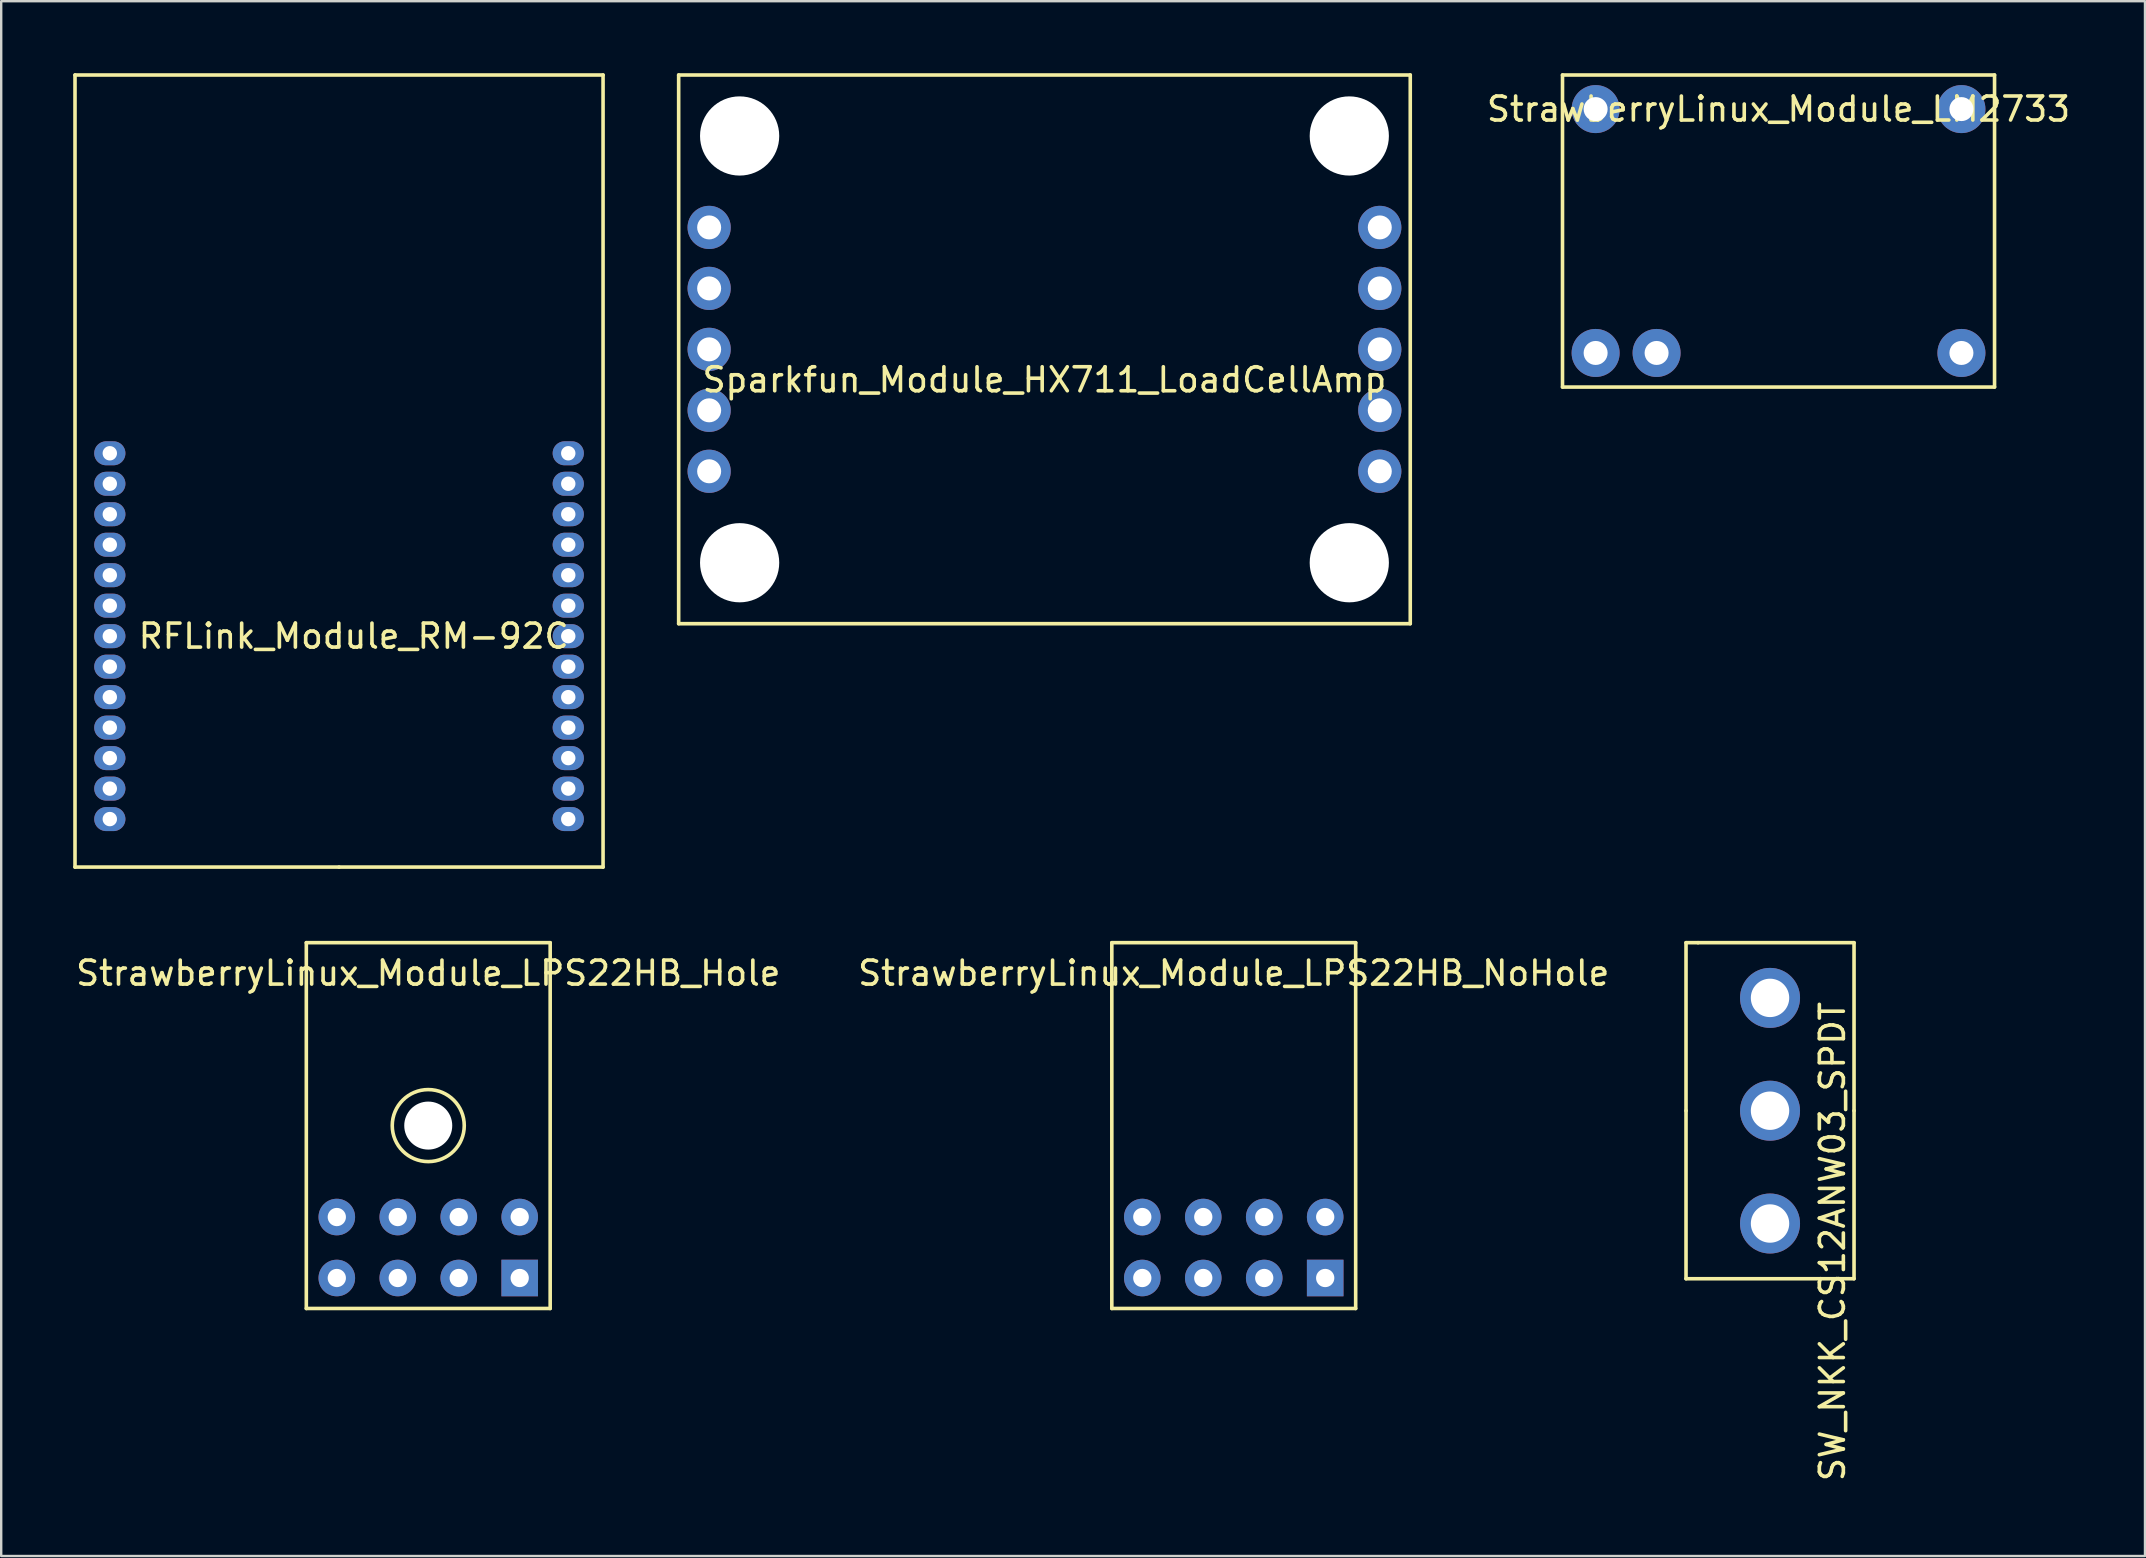
<source format=kicad_pcb>
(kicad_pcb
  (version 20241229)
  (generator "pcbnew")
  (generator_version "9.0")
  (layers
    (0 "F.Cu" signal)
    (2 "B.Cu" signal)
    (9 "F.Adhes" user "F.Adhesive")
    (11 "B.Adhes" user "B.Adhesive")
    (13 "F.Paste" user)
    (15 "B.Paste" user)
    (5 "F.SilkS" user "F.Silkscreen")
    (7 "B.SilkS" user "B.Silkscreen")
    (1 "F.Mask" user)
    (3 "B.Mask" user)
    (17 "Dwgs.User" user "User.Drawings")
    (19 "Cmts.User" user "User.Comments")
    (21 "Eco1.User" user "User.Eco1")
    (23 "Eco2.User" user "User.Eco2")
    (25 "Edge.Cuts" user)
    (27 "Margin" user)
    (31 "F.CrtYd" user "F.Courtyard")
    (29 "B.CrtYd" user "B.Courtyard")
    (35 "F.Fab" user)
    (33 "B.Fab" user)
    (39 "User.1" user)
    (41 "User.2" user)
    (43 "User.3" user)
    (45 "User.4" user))
  (footprint "StrawberryLinux_Module_LPS22HB_NoHole"
    (layer "F.Cu")
    (at 52.161 50.195)
    (property "Reference" "StrawberryLinux_Module_LPS22HB_NoHole" (at -3.81 -12.7 0) (layer "F.SilkS") (effects (font (size 1 1) (thickness 0.15))))
    (attr through_hole)
    (fp_line (start -8.89 -13.97) (end 1.27 -13.97) (stroke (width 0.15) (type solid)) (layer "F.SilkS"))
    (fp_line (start -8.89 1.27) (end -8.89 -13.97) (stroke (width 0.15) (type solid)) (layer "F.SilkS"))
    (fp_line (start 1.27 -13.97) (end 1.27 1.27) (stroke (width 0.15) (type solid)) (layer "F.SilkS"))
    (fp_line (start 1.27 1.27) (end -8.89 1.27) (stroke (width 0.15) (type solid)) (layer "F.SilkS"))
    (pad "1" thru_hole rect (at 0 0) (size 1.524 1.524) (drill 0.762) (layers "*.Cu" "*.Mask"))
    (pad "2" thru_hole circle (at -2.54 0) (size 1.524 1.524) (drill 0.762) (layers "*.Cu" "*.Mask"))
    (pad "3" thru_hole circle (at -5.08 0) (size 1.524 1.524) (drill 0.762) (layers "*.Cu" "*.Mask"))
    (pad "4" thru_hole circle (at -7.62 0) (size 1.524 1.524) (drill 0.762) (layers "*.Cu" "*.Mask"))
    (pad "5" thru_hole circle (at 0 -2.54) (size 1.524 1.524) (drill 0.762) (layers "*.Cu" "*.Mask"))
    (pad "6" thru_hole circle (at -2.54 -2.54) (size 1.524 1.524) (drill 0.762) (layers "*.Cu" "*.Mask"))
    (pad "7" thru_hole circle (at -5.08 -2.54) (size 1.524 1.524) (drill 0.762) (layers "*.Cu" "*.Mask"))
    (pad "8" thru_hole circle (at -7.62 -2.54) (size 1.524 1.524) (drill 0.762) (layers "*.Cu" "*.Mask")))
  (footprint "Sparkfun_Module_HX711_LoadCellAmp"
    (layer "F.Cu")
    (at 40.465 11.505)
    (property "Reference" "Sparkfun_Module_HX711_LoadCellAmp" (at 0 1.27 0) (layer "F.SilkS") (effects (font (size 1 1) (thickness 0.15))))
    (attr through_hole)
    (fp_line (start -15.24 -11.43) (end 15.24 -11.43) (stroke (width 0.15) (type solid)) (layer "F.SilkS"))
    (fp_line (start -15.24 11.43) (end -15.24 -11.43) (stroke (width 0.15) (type solid)) (layer "F.SilkS"))
    (fp_line (start 15.24 -11.43) (end 15.24 11.43) (stroke (width 0.15) (type solid)) (layer "F.SilkS"))
    (fp_line (start 15.24 11.43) (end -15.24 11.43) (stroke (width 0.15) (type solid)) (layer "F.SilkS"))
    (pad "" np_thru_hole circle (at -12.7 -8.89) (size 3.3 3.3) (drill 3.3) (layers "*.Cu" "*.Mask"))
    (pad "" np_thru_hole circle (at -12.7 8.89) (size 3.3 3.3) (drill 3.3) (layers "*.Cu" "*.Mask"))
    (pad "" np_thru_hole circle (at 12.7 -8.89) (size 3.3 3.3) (drill 3.3) (layers "*.Cu" "*.Mask"))
    (pad "" np_thru_hole circle (at 12.7 8.89) (size 3.3 3.3) (drill 3.3) (layers "*.Cu" "*.Mask"))
    (pad "1" thru_hole circle (at 13.97 -5.08) (size 1.8 1.8) (drill 1) (layers "*.Cu" "*.Mask"))
    (pad "2" thru_hole circle (at 13.97 -2.54) (size 1.8 1.8) (drill 1) (layers "*.Cu" "*.Mask"))
    (pad "3" thru_hole circle (at 13.97 0) (size 1.8 1.8) (drill 1) (layers "*.Cu" "*.Mask"))
    (pad "4" thru_hole circle (at 13.97 2.54) (size 1.8 1.8) (drill 1) (layers "*.Cu" "*.Mask"))
    (pad "5" thru_hole circle (at 13.97 5.08) (size 1.8 1.8) (drill 1) (layers "*.Cu" "*.Mask"))
    (pad "6" thru_hole circle (at -13.97 -5.08) (size 1.8 1.8) (drill 1) (layers "*.Cu" "*.Mask"))
    (pad "7" thru_hole circle (at -13.97 -2.54) (size 1.8 1.8) (drill 1) (layers "*.Cu" "*.Mask"))
    (pad "8" thru_hole circle (at -13.97 0) (size 1.8 1.8) (drill 1) (layers "*.Cu" "*.Mask"))
    (pad "9" thru_hole circle (at -13.97 2.54) (size 1.8 1.8) (drill 1) (layers "*.Cu" "*.Mask"))
    (pad "10" thru_hole circle (at -13.97 5.08) (size 1.8 1.8) (drill 1) (layers "*.Cu" "*.Mask")))
  (footprint "StrawberryLinux_Module_LPS22HB_Hole"
    (layer "F.Cu")
    (at 18.602 50.195)
    (property "Reference" "StrawberryLinux_Module_LPS22HB_Hole" (at -3.81 -12.7 0) (layer "F.SilkS") (effects (font (size 1 1) (thickness 0.15))))
    (attr through_hole)
    (fp_line (start -8.89 -13.97) (end 1.27 -13.97) (stroke (width 0.15) (type solid)) (layer "F.SilkS"))
    (fp_line (start -8.89 1.27) (end -8.89 -13.97) (stroke (width 0.15) (type solid)) (layer "F.SilkS"))
    (fp_line (start 1.27 -13.97) (end 1.27 1.27) (stroke (width 0.15) (type solid)) (layer "F.SilkS"))
    (fp_line (start 1.27 1.27) (end -8.89 1.27) (stroke (width 0.15) (type solid)) (layer "F.SilkS"))
    (fp_circle (center -3.81 -6.35) (end -2.31 -6.35) (stroke (width 0.15) (type solid)) (fill no) (layer "F.SilkS"))
    (pad "" np_thru_hole circle (at -3.81 -6.35) (size 2 2) (drill 2) (layers "*.Cu" "*.Mask"))
    (pad "1" thru_hole rect (at 0 0) (size 1.524 1.524) (drill 0.762) (layers "*.Cu" "*.Mask"))
    (pad "2" thru_hole circle (at -2.54 0) (size 1.524 1.524) (drill 0.762) (layers "*.Cu" "*.Mask"))
    (pad "3" thru_hole circle (at -5.08 0) (size 1.524 1.524) (drill 0.762) (layers "*.Cu" "*.Mask"))
    (pad "4" thru_hole circle (at -7.62 0) (size 1.524 1.524) (drill 0.762) (layers "*.Cu" "*.Mask"))
    (pad "5" thru_hole circle (at 0 -2.54) (size 1.524 1.524) (drill 0.762) (layers "*.Cu" "*.Mask"))
    (pad "6" thru_hole circle (at -2.54 -2.54) (size 1.524 1.524) (drill 0.762) (layers "*.Cu" "*.Mask"))
    (pad "7" thru_hole circle (at -5.08 -2.54) (size 1.524 1.524) (drill 0.762) (layers "*.Cu" "*.Mask"))
    (pad "8" thru_hole circle (at -7.62 -2.54) (size 1.524 1.524) (drill 0.762) (layers "*.Cu" "*.Mask")))
  (footprint "StrawberryLinux_Module_LM2733"
    (layer "F.Cu")
    (at 63.428 1.495)
    (property "Reference" "StrawberryLinux_Module_LM2733" (at 7.62 0 0) (layer "F.SilkS") (effects (font (size 1 1) (thickness 0.15))))
    (attr through_hole)
    (fp_line (start -1.38 -1.42) (end 16.62 -1.42) (stroke (width 0.15) (type solid)) (layer "F.SilkS"))
    (fp_line (start -1.38 11.58) (end -1.38 -1.42) (stroke (width 0.15) (type solid)) (layer "F.SilkS"))
    (fp_line (start 16.62 -1.42) (end 16.62 11.58) (stroke (width 0.15) (type solid)) (layer "F.SilkS"))
    (fp_line (start 16.62 11.58) (end -1.38 11.58) (stroke (width 0.15) (type solid)) (layer "F.SilkS"))
    (pad "1" thru_hole circle (at 0 0) (size 2 2) (drill 1) (layers "*.Cu" "*.Mask"))
    (pad "2" thru_hole circle (at 0 10.16) (size 2 2) (drill 1) (layers "*.Cu" "*.Mask"))
    (pad "3" thru_hole circle (at 2.54 10.16) (size 2 2) (drill 1) (layers "*.Cu" "*.Mask"))
    (pad "4" thru_hole circle (at 15.24 10.16) (size 2 2) (drill 1) (layers "*.Cu" "*.Mask"))
    (pad "5" thru_hole circle (at 15.24 0) (size 2 2) (drill 1) (layers "*.Cu" "*.Mask")))
  (footprint "SW_NKK_CS12ANW03_SPDT"
    (layer "F.Cu")
    (at 70.694 43.225)
    (property "Reference" "SW_NKK_CS12ANW03_SPDT" (at 2.6 5.45 90) (layer "F.SilkS") (effects (font (size 1 1) (thickness 0.15))))
    (attr through_hole)
    (fp_line (start -3.5 -7) (end -3.5 0) (stroke (width 0.15) (type solid)) (layer "F.SilkS"))
    (fp_line (start -3.5 0) (end -3.5 7) (stroke (width 0.15) (type solid)) (layer "F.SilkS"))
    (fp_line (start -3.5 7) (end 3.5 7) (stroke (width 0.15) (type solid)) (layer "F.SilkS"))
    (fp_line (start -3 -7) (end -3.5 -7) (stroke (width 0.15) (type solid)) (layer "F.SilkS"))
    (fp_line (start 3.5 -7) (end -3 -7) (stroke (width 0.15) (type solid)) (layer "F.SilkS"))
    (fp_line (start 3.5 0) (end 3.5 -7) (stroke (width 0.15) (type solid)) (layer "F.SilkS"))
    (fp_line (start 3.5 7) (end 3.5 0) (stroke (width 0.15) (type solid)) (layer "F.SilkS"))
    (pad "1" thru_hole circle (at 0 -4.7) (size 2.5 2.5) (drill 1.6) (layers "*.Cu" "*.Mask"))
    (pad "2" thru_hole circle (at 0 0) (size 2.5 2.5) (drill 1.6) (layers "*.Cu" "*.Mask"))
    (pad "3" thru_hole circle (at 0 4.7) (size 2.5 2.5) (drill 1.6) (layers "*.Cu" "*.Mask")))
  (footprint "RFLink_Module_RM-92C"
    (layer "F.Cu")
    (at 1.525 15.835)
    (property "Reference" "RFLink_Module_RM-92C" (at 10.16 7.62 0) (layer "F.SilkS") (effects (font (size 1 1) (thickness 0.15))))
    (attr through_hole)
    (fp_line (start -1.45 -15.76) (end 20.55 -15.76) (stroke (width 0.15) (type solid)) (layer "F.SilkS"))
    (fp_line (start -1.45 17.24) (end -1.45 -15.76) (stroke (width 0.15) (type solid)) (layer "F.SilkS"))
    (fp_line (start 9.55 17.24) (end -1.45 17.24) (stroke (width 0.15) (type solid)) (layer "F.SilkS"))
    (fp_line (start 20.55 -15.76) (end 20.55 17.24) (stroke (width 0.15) (type solid)) (layer "F.SilkS"))
    (fp_line (start 20.55 17.24) (end 9.55 17.24) (stroke (width 0.15) (type solid)) (layer "F.SilkS"))
    (pad "1" thru_hole oval (at 0 0) (size 1.3 1) (drill 0.6) (layers "*.Cu" "*.Mask"))
    (pad "2" thru_hole oval (at 0 1.27) (size 1.3 1) (drill 0.6) (layers "*.Cu" "*.Mask"))
    (pad "3" thru_hole oval (at 0 2.54) (size 1.3 1) (drill 0.6) (layers "*.Cu" "*.Mask"))
    (pad "4" thru_hole oval (at 0 3.81) (size 1.3 1) (drill 0.6) (layers "*.Cu" "*.Mask"))
    (pad "5" thru_hole oval (at 0 5.08) (size 1.3 1) (drill 0.6) (layers "*.Cu" "*.Mask"))
    (pad "6" thru_hole oval (at 0 6.35) (size 1.3 1) (drill 0.6) (layers "*.Cu" "*.Mask"))
    (pad "7" thru_hole oval (at 0 7.62) (size 1.3 1) (drill 0.6) (layers "*.Cu" "*.Mask"))
    (pad "8" thru_hole oval (at 0 8.89) (size 1.3 1) (drill 0.6) (layers "*.Cu" "*.Mask"))
    (pad "9" thru_hole oval (at 0 10.16) (size 1.3 1) (drill 0.6) (layers "*.Cu" "*.Mask"))
    (pad "10" thru_hole oval (at 0 11.43) (size 1.3 1) (drill 0.6) (layers "*.Cu" "*.Mask"))
    (pad "11" thru_hole oval (at 0 12.7) (size 1.3 1) (drill 0.6) (layers "*.Cu" "*.Mask"))
    (pad "12" thru_hole oval (at 0 13.97) (size 1.3 1) (drill 0.6) (layers "*.Cu" "*.Mask"))
    (pad "13" thru_hole oval (at 0 15.24) (size 1.3 1) (drill 0.6) (layers "*.Cu" "*.Mask"))
    (pad "14" thru_hole oval (at 19.1 15.24) (size 1.3 1) (drill 0.6) (layers "*.Cu" "*.Mask"))
    (pad "15" thru_hole oval (at 19.1 13.97) (size 1.3 1) (drill 0.6) (layers "*.Cu" "*.Mask"))
    (pad "16" thru_hole oval (at 19.1 12.7) (size 1.3 1) (drill 0.6) (layers "*.Cu" "*.Mask"))
    (pad "17" thru_hole oval (at 19.1 11.43) (size 1.3 1) (drill 0.6) (layers "*.Cu" "*.Mask"))
    (pad "18" thru_hole oval (at 19.1 10.16) (size 1.3 1) (drill 0.6) (layers "*.Cu" "*.Mask"))
    (pad "19" thru_hole oval (at 19.1 8.89) (size 1.3 1) (drill 0.6) (layers "*.Cu" "*.Mask"))
    (pad "20" thru_hole oval (at 19.1 7.62) (size 1.3 1) (drill 0.6) (layers "*.Cu" "*.Mask"))
    (pad "21" thru_hole oval (at 19.1 6.35) (size 1.3 1) (drill 0.6) (layers "*.Cu" "*.Mask"))
    (pad "22" thru_hole oval (at 19.1 5.08) (size 1.3 1) (drill 0.6) (layers "*.Cu" "*.Mask"))
    (pad "23" thru_hole oval (at 19.1 3.81) (size 1.3 1) (drill 0.6) (layers "*.Cu" "*.Mask"))
    (pad "24" thru_hole oval (at 19.1 2.54) (size 1.3 1) (drill 0.6) (layers "*.Cu" "*.Mask"))
    (pad "25" thru_hole oval (at 19.1 1.27) (size 1.3 1) (drill 0.6) (layers "*.Cu" "*.Mask"))
    (pad "26" thru_hole oval (at 19.1 0) (size 1.3 1) (drill 0.6) (layers "*.Cu" "*.Mask")))
  (gr_rect
    (start -3 -3)
    (end 86.316 61.776)
    (stroke (width 0.1) (type default))
    (fill no)
    (layer "Edge.Cuts")))
</source>
